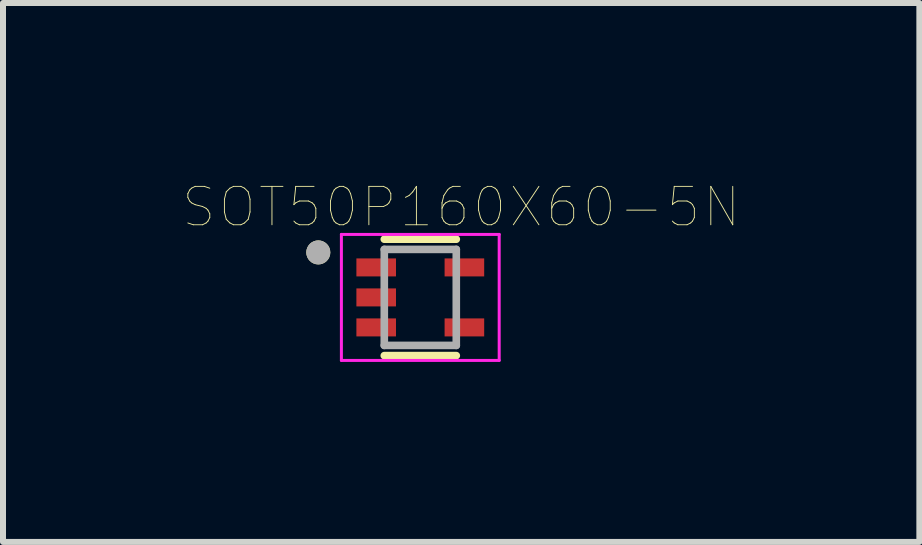
<source format=kicad_pcb>
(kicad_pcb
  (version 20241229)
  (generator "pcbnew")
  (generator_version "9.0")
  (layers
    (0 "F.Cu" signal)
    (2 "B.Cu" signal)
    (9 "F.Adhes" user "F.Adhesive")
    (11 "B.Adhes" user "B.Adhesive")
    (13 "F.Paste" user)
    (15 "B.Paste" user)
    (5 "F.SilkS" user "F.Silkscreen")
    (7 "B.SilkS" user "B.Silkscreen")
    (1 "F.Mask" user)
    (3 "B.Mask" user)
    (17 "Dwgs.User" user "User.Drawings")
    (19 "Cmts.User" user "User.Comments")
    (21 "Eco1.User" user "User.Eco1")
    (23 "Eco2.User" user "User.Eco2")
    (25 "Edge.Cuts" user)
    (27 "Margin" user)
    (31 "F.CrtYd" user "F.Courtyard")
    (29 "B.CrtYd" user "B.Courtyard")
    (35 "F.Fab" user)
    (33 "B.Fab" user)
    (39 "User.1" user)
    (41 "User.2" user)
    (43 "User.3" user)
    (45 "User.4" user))
  (footprint "SOT50P160X60-5N"
    (layer "F.Cu")
    (at 3.955 1.907)
    (property "Reference" "SOT50P160X60-5N" (at 0.682 -1.506 0) (layer "F.SilkS") (effects (font (size 0.64 0.64) (thickness 0.015))))
    (attr through_hole)
    (fp_line (start -0.6 -0.97) (end 0.6 -0.97) (stroke (width 0.127) (type solid)) (layer "F.SilkS"))
    (fp_line (start 0.6 0.97) (end -0.6 0.97) (stroke (width 0.127) (type solid)) (layer "F.SilkS"))
    (fp_circle (center -1.7 -0.75) (end -1.6 -0.75) (stroke (width 0.2) (type solid)) (fill no) (layer "F.SilkS"))
    (fp_line (start -1.315 -1.05) (end 1.315 -1.05) (stroke (width 0.05) (type solid)) (layer "F.CrtYd"))
    (fp_line (start -1.315 1.05) (end -1.315 -1.05) (stroke (width 0.05) (type solid)) (layer "F.CrtYd"))
    (fp_line (start 1.315 -1.05) (end 1.315 1.05) (stroke (width 0.05) (type solid)) (layer "F.CrtYd"))
    (fp_line (start 1.315 1.05) (end -1.315 1.05) (stroke (width 0.05) (type solid)) (layer "F.CrtYd"))
    (fp_line (start -0.6 -0.8) (end 0.6 -0.8) (stroke (width 0.127) (type solid)) (layer "F.Fab"))
    (fp_line (start -0.6 0.8) (end -0.6 -0.8) (stroke (width 0.127) (type solid)) (layer "F.Fab"))
    (fp_line (start 0.6 -0.8) (end 0.6 0.8) (stroke (width 0.127) (type solid)) (layer "F.Fab"))
    (fp_line (start 0.6 0.8) (end -0.6 0.8) (stroke (width 0.127) (type solid)) (layer "F.Fab"))
    (fp_circle (center -1.7 -0.75) (end -1.6 -0.75) (stroke (width 0.2) (type solid)) (fill no) (layer "F.Fab"))
    (pad "1" smd rect (at -0.735 -0.5) (size 0.66 0.3) (layers "F.Cu" "F.Mask" "F.Paste"))
    (pad "2" smd rect (at -0.735 0) (size 0.66 0.3) (layers "F.Cu" "F.Mask" "F.Paste"))
    (pad "3" smd rect (at -0.735 0.5) (size 0.66 0.3) (layers "F.Cu" "F.Mask" "F.Paste"))
    (pad "4" smd rect (at 0.735 0.5) (size 0.66 0.3) (layers "F.Cu" "F.Mask" "F.Paste"))
    (pad "5" smd rect (at 0.735 -0.5) (size 0.66 0.3) (layers "F.Cu" "F.Mask" "F.Paste")))
  (gr_rect
    (start -3 -3)
    (end 12.273 5.982)
    (stroke (width 0.1) (type default))
    (fill no)
    (layer "Edge.Cuts")))
</source>
